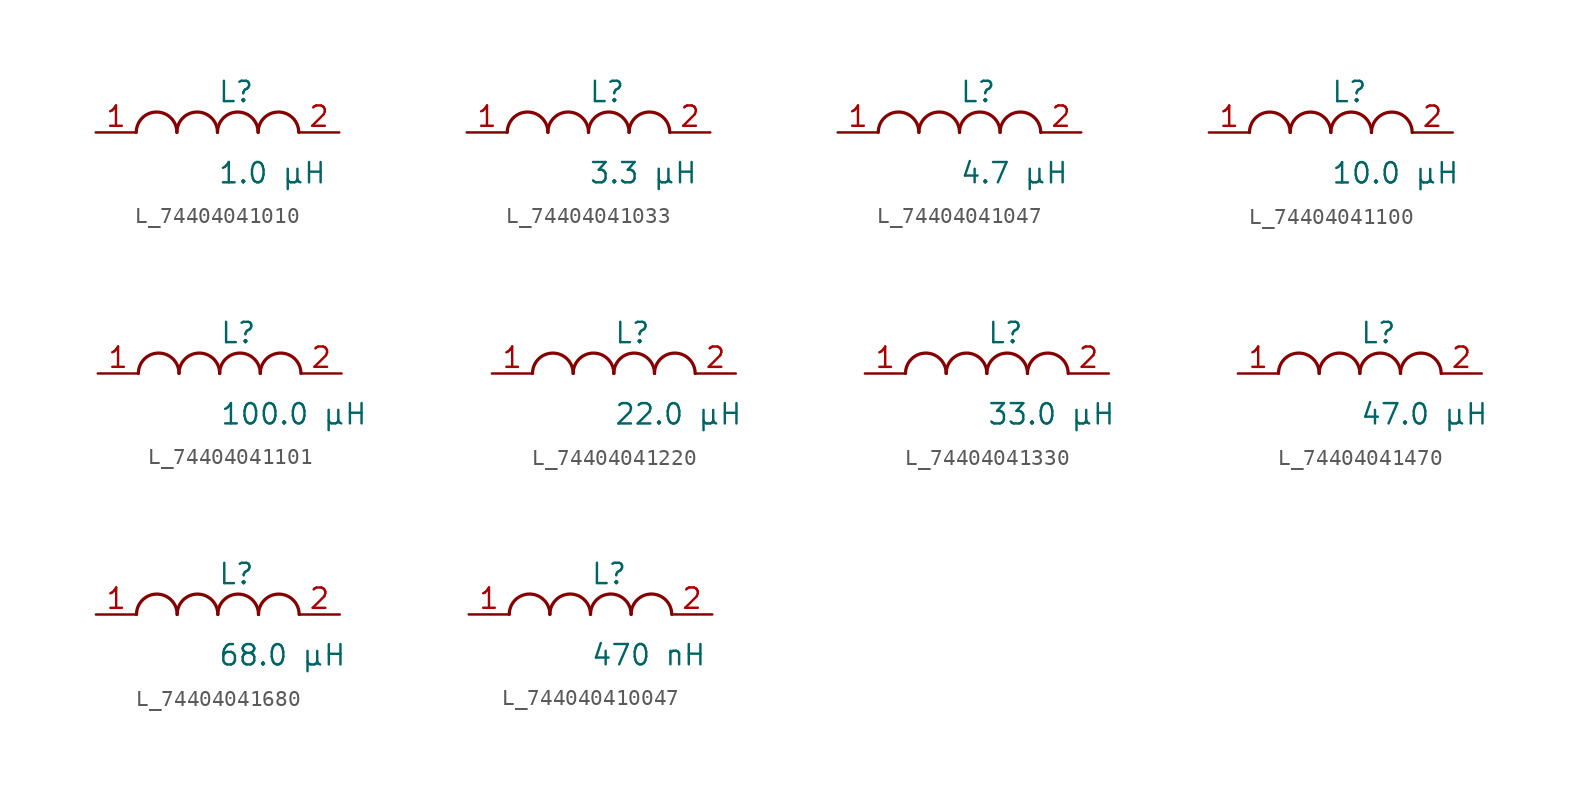
<source format=kicad_sym>
(kicad_symbol_lib
  (version 20231120)
  (generator kicad_symbol_editor)
  (generator_version 8.0)
  (symbol "L_74404041010"
    (pin_names
      (offset 0.254))
    (property "Reference" "L"
      (at 0 2.54 0)
      (effects (font (size 1.27 1.27)) (justify left)))
    (property "Value" "1.0 µH"
      (at 0 -2.54 0)
      (effects (font (size 1.27 1.27)) (justify left)))
    (symbol "L_74404041010_1_1"
      (arc (start -2.54 0.0056) (mid -3.81 1.27) (end -5.08 0.0056) (stroke (width 0.2032) (type default)) (fill (type none)))
      (arc (start 0 0.0056) (mid -1.27 1.27) (end -2.54 0.0056) (stroke (width 0.2032) (type default)) (fill (type none)))
      (arc (start 2.54 0.0056) (mid 1.27 1.27) (end 0 0.0056) (stroke (width 0.2032) (type default)) (fill (type none)))
      (arc (start 5.08 0.0056) (mid 3.81 1.27) (end 2.54 0.0056) (stroke (width 0.2032) (type default)) (fill (type none)))
      (pin unspecified line (at -7.62 0 0) (length 2.54) (name "" (effects (font (size 1.27 1.27)))) (number "1" (effects (font (size 1.27 1.27)))))
      (pin unspecified line (at 7.62 0 180) (length 2.54) (name "" (effects (font (size 1.27 1.27)))) (number "2" (effects (font (size 1.27 1.27)))))))
  (symbol "L_74404041033"
    (pin_names
      (offset 0.254))
    (property "Reference" "L"
      (at 0 2.54 0)
      (effects (font (size 1.27 1.27)) (justify left)))
    (property "Value" "3.3 µH"
      (at 0 -2.54 0)
      (effects (font (size 1.27 1.27)) (justify left)))
    (symbol "L_74404041033_1_1"
      (arc (start -2.54 0.0056) (mid -3.81 1.27) (end -5.08 0.0056) (stroke (width 0.2032) (type default)) (fill (type none)))
      (arc (start 0 0.0056) (mid -1.27 1.27) (end -2.54 0.0056) (stroke (width 0.2032) (type default)) (fill (type none)))
      (arc (start 2.54 0.0056) (mid 1.27 1.27) (end 0 0.0056) (stroke (width 0.2032) (type default)) (fill (type none)))
      (arc (start 5.08 0.0056) (mid 3.81 1.27) (end 2.54 0.0056) (stroke (width 0.2032) (type default)) (fill (type none)))
      (pin unspecified line (at -7.62 0 0) (length 2.54) (name "" (effects (font (size 1.27 1.27)))) (number "1" (effects (font (size 1.27 1.27)))))
      (pin unspecified line (at 7.62 0 180) (length 2.54) (name "" (effects (font (size 1.27 1.27)))) (number "2" (effects (font (size 1.27 1.27)))))))
  (symbol "L_74404041047"
    (pin_names
      (offset 0.254))
    (property "Reference" "L"
      (at 0 2.54 0)
      (effects (font (size 1.27 1.27)) (justify left)))
    (property "Value" "4.7 µH"
      (at 0 -2.54 0)
      (effects (font (size 1.27 1.27)) (justify left)))
    (symbol "L_74404041047_1_1"
      (arc (start -2.54 0.0056) (mid -3.81 1.27) (end -5.08 0.0056) (stroke (width 0.2032) (type default)) (fill (type none)))
      (arc (start 0 0.0056) (mid -1.27 1.27) (end -2.54 0.0056) (stroke (width 0.2032) (type default)) (fill (type none)))
      (arc (start 2.54 0.0056) (mid 1.27 1.27) (end 0 0.0056) (stroke (width 0.2032) (type default)) (fill (type none)))
      (arc (start 5.08 0.0056) (mid 3.81 1.27) (end 2.54 0.0056) (stroke (width 0.2032) (type default)) (fill (type none)))
      (pin unspecified line (at -7.62 0 0) (length 2.54) (name "" (effects (font (size 1.27 1.27)))) (number "1" (effects (font (size 1.27 1.27)))))
      (pin unspecified line (at 7.62 0 180) (length 2.54) (name "" (effects (font (size 1.27 1.27)))) (number "2" (effects (font (size 1.27 1.27)))))))
  (symbol "L_74404041100"
    (pin_names
      (offset 0.254))
    (property "Reference" "L"
      (at 0 2.54 0)
      (effects (font (size 1.27 1.27)) (justify left)))
    (property "Value" "10.0 µH"
      (at 0 -2.54 0)
      (effects (font (size 1.27 1.27)) (justify left)))
    (symbol "L_74404041100_1_1"
      (arc (start -2.54 0.0056) (mid -3.81 1.27) (end -5.08 0.0056) (stroke (width 0.2032) (type default)) (fill (type none)))
      (arc (start 0 0.0056) (mid -1.27 1.27) (end -2.54 0.0056) (stroke (width 0.2032) (type default)) (fill (type none)))
      (arc (start 2.54 0.0056) (mid 1.27 1.27) (end 0 0.0056) (stroke (width 0.2032) (type default)) (fill (type none)))
      (arc (start 5.08 0.0056) (mid 3.81 1.27) (end 2.54 0.0056) (stroke (width 0.2032) (type default)) (fill (type none)))
      (pin unspecified line (at -7.62 0 0) (length 2.54) (name "" (effects (font (size 1.27 1.27)))) (number "1" (effects (font (size 1.27 1.27)))))
      (pin unspecified line (at 7.62 0 180) (length 2.54) (name "" (effects (font (size 1.27 1.27)))) (number "2" (effects (font (size 1.27 1.27)))))))
  (symbol "L_74404041101"
    (pin_names
      (offset 0.254))
    (property "Reference" "L"
      (at 0 2.54 0)
      (effects (font (size 1.27 1.27)) (justify left)))
    (property "Value" "100.0 µH"
      (at 0 -2.54 0)
      (effects (font (size 1.27 1.27)) (justify left)))
    (symbol "L_74404041101_1_1"
      (arc (start -2.54 0.0056) (mid -3.81 1.27) (end -5.08 0.0056) (stroke (width 0.2032) (type default)) (fill (type none)))
      (arc (start 0 0.0056) (mid -1.27 1.27) (end -2.54 0.0056) (stroke (width 0.2032) (type default)) (fill (type none)))
      (arc (start 2.54 0.0056) (mid 1.27 1.27) (end 0 0.0056) (stroke (width 0.2032) (type default)) (fill (type none)))
      (arc (start 5.08 0.0056) (mid 3.81 1.27) (end 2.54 0.0056) (stroke (width 0.2032) (type default)) (fill (type none)))
      (pin unspecified line (at -7.62 0 0) (length 2.54) (name "" (effects (font (size 1.27 1.27)))) (number "1" (effects (font (size 1.27 1.27)))))
      (pin unspecified line (at 7.62 0 180) (length 2.54) (name "" (effects (font (size 1.27 1.27)))) (number "2" (effects (font (size 1.27 1.27)))))))
  (symbol "L_74404041220"
    (pin_names
      (offset 0.254))
    (property "Reference" "L"
      (at 0 2.54 0)
      (effects (font (size 1.27 1.27)) (justify left)))
    (property "Value" "22.0 µH"
      (at 0 -2.54 0)
      (effects (font (size 1.27 1.27)) (justify left)))
    (symbol "L_74404041220_1_1"
      (arc (start -2.54 0.0056) (mid -3.81 1.27) (end -5.08 0.0056) (stroke (width 0.2032) (type default)) (fill (type none)))
      (arc (start 0 0.0056) (mid -1.27 1.27) (end -2.54 0.0056) (stroke (width 0.2032) (type default)) (fill (type none)))
      (arc (start 2.54 0.0056) (mid 1.27 1.27) (end 0 0.0056) (stroke (width 0.2032) (type default)) (fill (type none)))
      (arc (start 5.08 0.0056) (mid 3.81 1.27) (end 2.54 0.0056) (stroke (width 0.2032) (type default)) (fill (type none)))
      (pin unspecified line (at -7.62 0 0) (length 2.54) (name "" (effects (font (size 1.27 1.27)))) (number "1" (effects (font (size 1.27 1.27)))))
      (pin unspecified line (at 7.62 0 180) (length 2.54) (name "" (effects (font (size 1.27 1.27)))) (number "2" (effects (font (size 1.27 1.27)))))))
  (symbol "L_74404041330"
    (pin_names
      (offset 0.254))
    (property "Reference" "L"
      (at 0 2.54 0)
      (effects (font (size 1.27 1.27)) (justify left)))
    (property "Value" "33.0 µH"
      (at 0 -2.54 0)
      (effects (font (size 1.27 1.27)) (justify left)))
    (symbol "L_74404041330_1_1"
      (arc (start -2.54 0.0056) (mid -3.81 1.27) (end -5.08 0.0056) (stroke (width 0.2032) (type default)) (fill (type none)))
      (arc (start 0 0.0056) (mid -1.27 1.27) (end -2.54 0.0056) (stroke (width 0.2032) (type default)) (fill (type none)))
      (arc (start 2.54 0.0056) (mid 1.27 1.27) (end 0 0.0056) (stroke (width 0.2032) (type default)) (fill (type none)))
      (arc (start 5.08 0.0056) (mid 3.81 1.27) (end 2.54 0.0056) (stroke (width 0.2032) (type default)) (fill (type none)))
      (pin unspecified line (at -7.62 0 0) (length 2.54) (name "" (effects (font (size 1.27 1.27)))) (number "1" (effects (font (size 1.27 1.27)))))
      (pin unspecified line (at 7.62 0 180) (length 2.54) (name "" (effects (font (size 1.27 1.27)))) (number "2" (effects (font (size 1.27 1.27)))))))
  (symbol "L_74404041470"
    (pin_names
      (offset 0.254))
    (property "Reference" "L"
      (at 0 2.54 0)
      (effects (font (size 1.27 1.27)) (justify left)))
    (property "Value" "47.0 µH"
      (at 0 -2.54 0)
      (effects (font (size 1.27 1.27)) (justify left)))
    (symbol "L_74404041470_1_1"
      (arc (start -2.54 0.0056) (mid -3.81 1.27) (end -5.08 0.0056) (stroke (width 0.2032) (type default)) (fill (type none)))
      (arc (start 0 0.0056) (mid -1.27 1.27) (end -2.54 0.0056) (stroke (width 0.2032) (type default)) (fill (type none)))
      (arc (start 2.54 0.0056) (mid 1.27 1.27) (end 0 0.0056) (stroke (width 0.2032) (type default)) (fill (type none)))
      (arc (start 5.08 0.0056) (mid 3.81 1.27) (end 2.54 0.0056) (stroke (width 0.2032) (type default)) (fill (type none)))
      (pin unspecified line (at -7.62 0 0) (length 2.54) (name "" (effects (font (size 1.27 1.27)))) (number "1" (effects (font (size 1.27 1.27)))))
      (pin unspecified line (at 7.62 0 180) (length 2.54) (name "" (effects (font (size 1.27 1.27)))) (number "2" (effects (font (size 1.27 1.27)))))))
  (symbol "L_74404041680"
    (pin_names
      (offset 0.254))
    (property "Reference" "L"
      (at 0 2.54 0)
      (effects (font (size 1.27 1.27)) (justify left)))
    (property "Value" "68.0 µH"
      (at 0 -2.54 0)
      (effects (font (size 1.27 1.27)) (justify left)))
    (symbol "L_74404041680_1_1"
      (arc (start -2.54 0.0056) (mid -3.81 1.27) (end -5.08 0.0056) (stroke (width 0.2032) (type default)) (fill (type none)))
      (arc (start 0 0.0056) (mid -1.27 1.27) (end -2.54 0.0056) (stroke (width 0.2032) (type default)) (fill (type none)))
      (arc (start 2.54 0.0056) (mid 1.27 1.27) (end 0 0.0056) (stroke (width 0.2032) (type default)) (fill (type none)))
      (arc (start 5.08 0.0056) (mid 3.81 1.27) (end 2.54 0.0056) (stroke (width 0.2032) (type default)) (fill (type none)))
      (pin unspecified line (at -7.62 0 0) (length 2.54) (name "" (effects (font (size 1.27 1.27)))) (number "1" (effects (font (size 1.27 1.27)))))
      (pin unspecified line (at 7.62 0 180) (length 2.54) (name "" (effects (font (size 1.27 1.27)))) (number "2" (effects (font (size 1.27 1.27)))))))
  (symbol "L_744040410047"
    (pin_names
      (offset 0.254))
    (property "Reference" "L"
      (at 0 2.54 0)
      (effects (font (size 1.27 1.27)) (justify left)))
    (property "Value" "470 nH"
      (at 0 -2.54 0)
      (effects (font (size 1.27 1.27)) (justify left)))
    (symbol "L_744040410047_1_1"
      (arc (start -2.54 0.0056) (mid -3.81 1.27) (end -5.08 0.0056) (stroke (width 0.2032) (type default)) (fill (type none)))
      (arc (start 0 0.0056) (mid -1.27 1.27) (end -2.54 0.0056) (stroke (width 0.2032) (type default)) (fill (type none)))
      (arc (start 2.54 0.0056) (mid 1.27 1.27) (end 0 0.0056) (stroke (width 0.2032) (type default)) (fill (type none)))
      (arc (start 5.08 0.0056) (mid 3.81 1.27) (end 2.54 0.0056) (stroke (width 0.2032) (type default)) (fill (type none)))
      (pin unspecified line (at -7.62 0 0) (length 2.54) (name "" (effects (font (size 1.27 1.27)))) (number "1" (effects (font (size 1.27 1.27)))))
      (pin unspecified line (at 7.62 0 180) (length 2.54) (name "" (effects (font (size 1.27 1.27)))) (number "2" (effects (font (size 1.27 1.27))))))))
</source>
